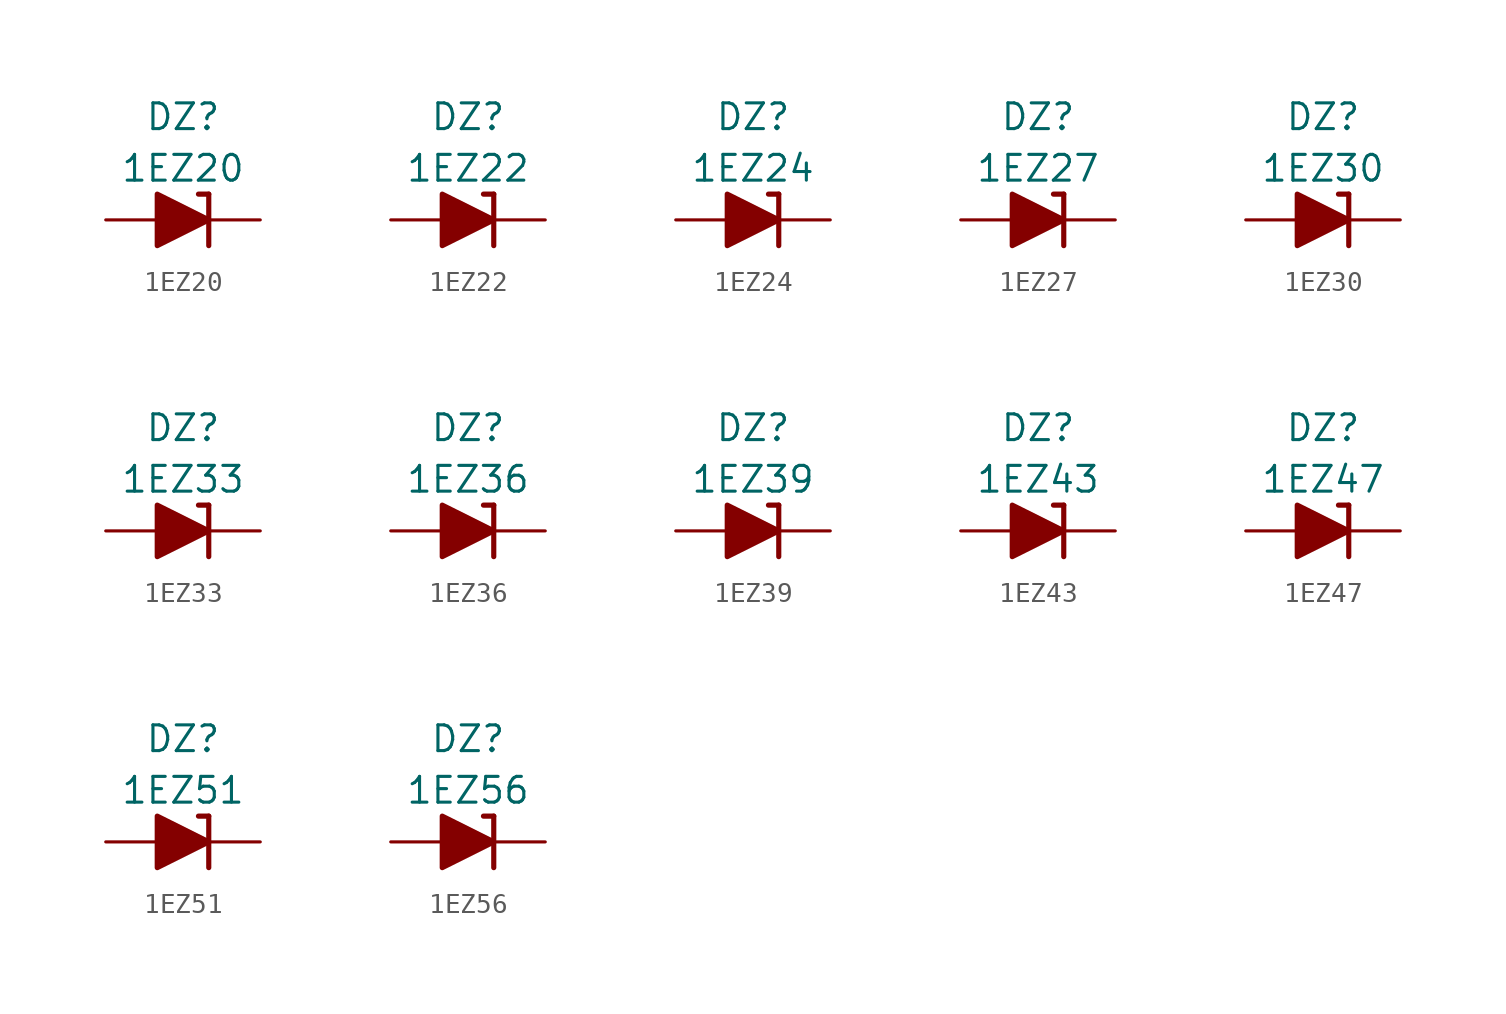
<source format=kicad_sym>
(kicad_symbol_lib
  (version 20211014)
  (generator kicad_symbol_editor)
  (symbol "1EZ20"
    (pin_numbers hide)
    (pin_names
      (offset 1.016) hide)
    (property "Reference" "DZ"
      (at 0 5.08 0)
      (effects (font (size 1.27 1.27))))
    (property "Value" "1EZ20"
      (at 0 2.54 0)
      (effects (font (size 1.27 1.27))))
    (symbol "1EZ20_0_1"
      (polyline (pts (xy -1.27 0) (xy 1.27 0)) (stroke (width 0) (type default) (color 0 0 0 0)) (fill (type none)))
      (polyline (pts (xy 1.27 1.27) (xy 0.762 1.27)) (stroke (width 0.254) (type default) (color 0 0 0 0)) (fill (type none)))
      (polyline (pts (xy 1.27 1.27) (xy 1.27 -1.27)) (stroke (width 0.254) (type default) (color 0 0 0 0)) (fill (type none)))
      (polyline (pts (xy -1.27 -1.27) (xy -1.27 1.27) (xy 1.27 0) (xy -1.27 -1.27)) (stroke (width 0.254) (type default) (color 0 0 0 0)) (fill (type outline))))
    (symbol "1EZ20_1_1"
      (pin passive line (at 3.81 0 180) (length 2.54) (name "K" (effects (font (size 1.27 1.27)))) (number "1" (effects (font (size 1.27 1.27)))))
      (pin passive line (at -3.81 0 0) (length 2.54) (name "A" (effects (font (size 1.27 1.27)))) (number "2" (effects (font (size 1.27 1.27)))))))
  (symbol "1EZ22"
    (pin_numbers hide)
    (pin_names
      (offset 1.016) hide)
    (property "Reference" "DZ"
      (at 0 5.08 0)
      (effects (font (size 1.27 1.27))))
    (property "Value" "1EZ22"
      (at 0 2.54 0)
      (effects (font (size 1.27 1.27))))
    (symbol "1EZ22_0_1"
      (polyline (pts (xy -1.27 0) (xy 1.27 0)) (stroke (width 0) (type default) (color 0 0 0 0)) (fill (type none)))
      (polyline (pts (xy 1.27 1.27) (xy 0.762 1.27)) (stroke (width 0.254) (type default) (color 0 0 0 0)) (fill (type none)))
      (polyline (pts (xy 1.27 1.27) (xy 1.27 -1.27)) (stroke (width 0.254) (type default) (color 0 0 0 0)) (fill (type none)))
      (polyline (pts (xy -1.27 -1.27) (xy -1.27 1.27) (xy 1.27 0) (xy -1.27 -1.27)) (stroke (width 0.254) (type default) (color 0 0 0 0)) (fill (type outline))))
    (symbol "1EZ22_1_1"
      (pin passive line (at 3.81 0 180) (length 2.54) (name "K" (effects (font (size 1.27 1.27)))) (number "1" (effects (font (size 1.27 1.27)))))
      (pin passive line (at -3.81 0 0) (length 2.54) (name "A" (effects (font (size 1.27 1.27)))) (number "2" (effects (font (size 1.27 1.27)))))))
  (symbol "1EZ24"
    (pin_numbers hide)
    (pin_names
      (offset 1.016) hide)
    (property "Reference" "DZ"
      (at 0 5.08 0)
      (effects (font (size 1.27 1.27))))
    (property "Value" "1EZ24"
      (at 0 2.54 0)
      (effects (font (size 1.27 1.27))))
    (symbol "1EZ24_0_1"
      (polyline (pts (xy -1.27 0) (xy 1.27 0)) (stroke (width 0) (type default) (color 0 0 0 0)) (fill (type none)))
      (polyline (pts (xy 1.27 1.27) (xy 0.762 1.27)) (stroke (width 0.254) (type default) (color 0 0 0 0)) (fill (type none)))
      (polyline (pts (xy 1.27 1.27) (xy 1.27 -1.27)) (stroke (width 0.254) (type default) (color 0 0 0 0)) (fill (type none)))
      (polyline (pts (xy -1.27 -1.27) (xy -1.27 1.27) (xy 1.27 0) (xy -1.27 -1.27)) (stroke (width 0.254) (type default) (color 0 0 0 0)) (fill (type outline))))
    (symbol "1EZ24_1_1"
      (pin passive line (at 3.81 0 180) (length 2.54) (name "K" (effects (font (size 1.27 1.27)))) (number "1" (effects (font (size 1.27 1.27)))))
      (pin passive line (at -3.81 0 0) (length 2.54) (name "A" (effects (font (size 1.27 1.27)))) (number "2" (effects (font (size 1.27 1.27)))))))
  (symbol "1EZ27"
    (pin_numbers hide)
    (pin_names
      (offset 1.016) hide)
    (property "Reference" "DZ"
      (at 0 5.08 0)
      (effects (font (size 1.27 1.27))))
    (property "Value" "1EZ27"
      (at 0 2.54 0)
      (effects (font (size 1.27 1.27))))
    (symbol "1EZ27_0_1"
      (polyline (pts (xy -1.27 0) (xy 1.27 0)) (stroke (width 0) (type default) (color 0 0 0 0)) (fill (type none)))
      (polyline (pts (xy 1.27 1.27) (xy 0.762 1.27)) (stroke (width 0.254) (type default) (color 0 0 0 0)) (fill (type none)))
      (polyline (pts (xy 1.27 1.27) (xy 1.27 -1.27)) (stroke (width 0.254) (type default) (color 0 0 0 0)) (fill (type none)))
      (polyline (pts (xy -1.27 -1.27) (xy -1.27 1.27) (xy 1.27 0) (xy -1.27 -1.27)) (stroke (width 0.254) (type default) (color 0 0 0 0)) (fill (type outline))))
    (symbol "1EZ27_1_1"
      (pin passive line (at 3.81 0 180) (length 2.54) (name "K" (effects (font (size 1.27 1.27)))) (number "1" (effects (font (size 1.27 1.27)))))
      (pin passive line (at -3.81 0 0) (length 2.54) (name "A" (effects (font (size 1.27 1.27)))) (number "2" (effects (font (size 1.27 1.27)))))))
  (symbol "1EZ30"
    (pin_numbers hide)
    (pin_names
      (offset 1.016) hide)
    (property "Reference" "DZ"
      (at 0 5.08 0)
      (effects (font (size 1.27 1.27))))
    (property "Value" "1EZ30"
      (at 0 2.54 0)
      (effects (font (size 1.27 1.27))))
    (symbol "1EZ30_0_1"
      (polyline (pts (xy -1.27 0) (xy 1.27 0)) (stroke (width 0) (type default) (color 0 0 0 0)) (fill (type none)))
      (polyline (pts (xy 1.27 1.27) (xy 0.762 1.27)) (stroke (width 0.254) (type default) (color 0 0 0 0)) (fill (type none)))
      (polyline (pts (xy 1.27 1.27) (xy 1.27 -1.27)) (stroke (width 0.254) (type default) (color 0 0 0 0)) (fill (type none)))
      (polyline (pts (xy -1.27 -1.27) (xy -1.27 1.27) (xy 1.27 0) (xy -1.27 -1.27)) (stroke (width 0.254) (type default) (color 0 0 0 0)) (fill (type outline))))
    (symbol "1EZ30_1_1"
      (pin passive line (at 3.81 0 180) (length 2.54) (name "K" (effects (font (size 1.27 1.27)))) (number "1" (effects (font (size 1.27 1.27)))))
      (pin passive line (at -3.81 0 0) (length 2.54) (name "A" (effects (font (size 1.27 1.27)))) (number "2" (effects (font (size 1.27 1.27)))))))
  (symbol "1EZ33"
    (pin_numbers hide)
    (pin_names
      (offset 1.016) hide)
    (property "Reference" "DZ"
      (at 0 5.08 0)
      (effects (font (size 1.27 1.27))))
    (property "Value" "1EZ33"
      (at 0 2.54 0)
      (effects (font (size 1.27 1.27))))
    (symbol "1EZ33_0_1"
      (polyline (pts (xy -1.27 0) (xy 1.27 0)) (stroke (width 0) (type default) (color 0 0 0 0)) (fill (type none)))
      (polyline (pts (xy 1.27 1.27) (xy 0.762 1.27)) (stroke (width 0.254) (type default) (color 0 0 0 0)) (fill (type none)))
      (polyline (pts (xy 1.27 1.27) (xy 1.27 -1.27)) (stroke (width 0.254) (type default) (color 0 0 0 0)) (fill (type none)))
      (polyline (pts (xy -1.27 -1.27) (xy -1.27 1.27) (xy 1.27 0) (xy -1.27 -1.27)) (stroke (width 0.254) (type default) (color 0 0 0 0)) (fill (type outline))))
    (symbol "1EZ33_1_1"
      (pin passive line (at 3.81 0 180) (length 2.54) (name "K" (effects (font (size 1.27 1.27)))) (number "1" (effects (font (size 1.27 1.27)))))
      (pin passive line (at -3.81 0 0) (length 2.54) (name "A" (effects (font (size 1.27 1.27)))) (number "2" (effects (font (size 1.27 1.27)))))))
  (symbol "1EZ36"
    (pin_numbers hide)
    (pin_names
      (offset 1.016) hide)
    (property "Reference" "DZ"
      (at 0 5.08 0)
      (effects (font (size 1.27 1.27))))
    (property "Value" "1EZ36"
      (at 0 2.54 0)
      (effects (font (size 1.27 1.27))))
    (symbol "1EZ36_0_1"
      (polyline (pts (xy -1.27 0) (xy 1.27 0)) (stroke (width 0) (type default) (color 0 0 0 0)) (fill (type none)))
      (polyline (pts (xy 1.27 1.27) (xy 0.762 1.27)) (stroke (width 0.254) (type default) (color 0 0 0 0)) (fill (type none)))
      (polyline (pts (xy 1.27 1.27) (xy 1.27 -1.27)) (stroke (width 0.254) (type default) (color 0 0 0 0)) (fill (type none)))
      (polyline (pts (xy -1.27 -1.27) (xy -1.27 1.27) (xy 1.27 0) (xy -1.27 -1.27)) (stroke (width 0.254) (type default) (color 0 0 0 0)) (fill (type outline))))
    (symbol "1EZ36_1_1"
      (pin passive line (at 3.81 0 180) (length 2.54) (name "K" (effects (font (size 1.27 1.27)))) (number "1" (effects (font (size 1.27 1.27)))))
      (pin passive line (at -3.81 0 0) (length 2.54) (name "A" (effects (font (size 1.27 1.27)))) (number "2" (effects (font (size 1.27 1.27)))))))
  (symbol "1EZ39"
    (pin_numbers hide)
    (pin_names
      (offset 1.016) hide)
    (property "Reference" "DZ"
      (at 0 5.08 0)
      (effects (font (size 1.27 1.27))))
    (property "Value" "1EZ39"
      (at 0 2.54 0)
      (effects (font (size 1.27 1.27))))
    (symbol "1EZ39_0_1"
      (polyline (pts (xy -1.27 0) (xy 1.27 0)) (stroke (width 0) (type default) (color 0 0 0 0)) (fill (type none)))
      (polyline (pts (xy 1.27 1.27) (xy 0.762 1.27)) (stroke (width 0.254) (type default) (color 0 0 0 0)) (fill (type none)))
      (polyline (pts (xy 1.27 1.27) (xy 1.27 -1.27)) (stroke (width 0.254) (type default) (color 0 0 0 0)) (fill (type none)))
      (polyline (pts (xy -1.27 -1.27) (xy -1.27 1.27) (xy 1.27 0) (xy -1.27 -1.27)) (stroke (width 0.254) (type default) (color 0 0 0 0)) (fill (type outline))))
    (symbol "1EZ39_1_1"
      (pin passive line (at 3.81 0 180) (length 2.54) (name "K" (effects (font (size 1.27 1.27)))) (number "1" (effects (font (size 1.27 1.27)))))
      (pin passive line (at -3.81 0 0) (length 2.54) (name "A" (effects (font (size 1.27 1.27)))) (number "2" (effects (font (size 1.27 1.27)))))))
  (symbol "1EZ43"
    (pin_numbers hide)
    (pin_names
      (offset 1.016) hide)
    (property "Reference" "DZ"
      (at 0 5.08 0)
      (effects (font (size 1.27 1.27))))
    (property "Value" "1EZ43"
      (at 0 2.54 0)
      (effects (font (size 1.27 1.27))))
    (symbol "1EZ43_0_1"
      (polyline (pts (xy -1.27 0) (xy 1.27 0)) (stroke (width 0) (type default) (color 0 0 0 0)) (fill (type none)))
      (polyline (pts (xy 1.27 1.27) (xy 0.762 1.27)) (stroke (width 0.254) (type default) (color 0 0 0 0)) (fill (type none)))
      (polyline (pts (xy 1.27 1.27) (xy 1.27 -1.27)) (stroke (width 0.254) (type default) (color 0 0 0 0)) (fill (type none)))
      (polyline (pts (xy -1.27 -1.27) (xy -1.27 1.27) (xy 1.27 0) (xy -1.27 -1.27)) (stroke (width 0.254) (type default) (color 0 0 0 0)) (fill (type outline))))
    (symbol "1EZ43_1_1"
      (pin passive line (at 3.81 0 180) (length 2.54) (name "K" (effects (font (size 1.27 1.27)))) (number "1" (effects (font (size 1.27 1.27)))))
      (pin passive line (at -3.81 0 0) (length 2.54) (name "A" (effects (font (size 1.27 1.27)))) (number "2" (effects (font (size 1.27 1.27)))))))
  (symbol "1EZ47"
    (pin_numbers hide)
    (pin_names
      (offset 1.016) hide)
    (property "Reference" "DZ"
      (at 0 5.08 0)
      (effects (font (size 1.27 1.27))))
    (property "Value" "1EZ47"
      (at 0 2.54 0)
      (effects (font (size 1.27 1.27))))
    (symbol "1EZ47_0_1"
      (polyline (pts (xy -1.27 0) (xy 1.27 0)) (stroke (width 0) (type default) (color 0 0 0 0)) (fill (type none)))
      (polyline (pts (xy 1.27 1.27) (xy 0.762 1.27)) (stroke (width 0.254) (type default) (color 0 0 0 0)) (fill (type none)))
      (polyline (pts (xy 1.27 1.27) (xy 1.27 -1.27)) (stroke (width 0.254) (type default) (color 0 0 0 0)) (fill (type none)))
      (polyline (pts (xy -1.27 -1.27) (xy -1.27 1.27) (xy 1.27 0) (xy -1.27 -1.27)) (stroke (width 0.254) (type default) (color 0 0 0 0)) (fill (type outline))))
    (symbol "1EZ47_1_1"
      (pin passive line (at 3.81 0 180) (length 2.54) (name "K" (effects (font (size 1.27 1.27)))) (number "1" (effects (font (size 1.27 1.27)))))
      (pin passive line (at -3.81 0 0) (length 2.54) (name "A" (effects (font (size 1.27 1.27)))) (number "2" (effects (font (size 1.27 1.27)))))))
  (symbol "1EZ51"
    (pin_numbers hide)
    (pin_names
      (offset 1.016) hide)
    (property "Reference" "DZ"
      (at 0 5.08 0)
      (effects (font (size 1.27 1.27))))
    (property "Value" "1EZ51"
      (at 0 2.54 0)
      (effects (font (size 1.27 1.27))))
    (symbol "1EZ51_0_1"
      (polyline (pts (xy -1.27 0) (xy 1.27 0)) (stroke (width 0) (type default) (color 0 0 0 0)) (fill (type none)))
      (polyline (pts (xy 1.27 1.27) (xy 0.762 1.27)) (stroke (width 0.254) (type default) (color 0 0 0 0)) (fill (type none)))
      (polyline (pts (xy 1.27 1.27) (xy 1.27 -1.27)) (stroke (width 0.254) (type default) (color 0 0 0 0)) (fill (type none)))
      (polyline (pts (xy -1.27 -1.27) (xy -1.27 1.27) (xy 1.27 0) (xy -1.27 -1.27)) (stroke (width 0.254) (type default) (color 0 0 0 0)) (fill (type outline))))
    (symbol "1EZ51_1_1"
      (pin passive line (at 3.81 0 180) (length 2.54) (name "K" (effects (font (size 1.27 1.27)))) (number "1" (effects (font (size 1.27 1.27)))))
      (pin passive line (at -3.81 0 0) (length 2.54) (name "A" (effects (font (size 1.27 1.27)))) (number "2" (effects (font (size 1.27 1.27)))))))
  (symbol "1EZ56"
    (pin_numbers hide)
    (pin_names
      (offset 1.016) hide)
    (property "Reference" "DZ"
      (at 0 5.08 0)
      (effects (font (size 1.27 1.27))))
    (property "Value" "1EZ56"
      (at 0 2.54 0)
      (effects (font (size 1.27 1.27))))
    (symbol "1EZ56_0_1"
      (polyline (pts (xy -1.27 0) (xy 1.27 0)) (stroke (width 0) (type default) (color 0 0 0 0)) (fill (type none)))
      (polyline (pts (xy 1.27 1.27) (xy 0.762 1.27)) (stroke (width 0.254) (type default) (color 0 0 0 0)) (fill (type none)))
      (polyline (pts (xy 1.27 1.27) (xy 1.27 -1.27)) (stroke (width 0.254) (type default) (color 0 0 0 0)) (fill (type none)))
      (polyline (pts (xy -1.27 -1.27) (xy -1.27 1.27) (xy 1.27 0) (xy -1.27 -1.27)) (stroke (width 0.254) (type default) (color 0 0 0 0)) (fill (type outline))))
    (symbol "1EZ56_1_1"
      (pin passive line (at 3.81 0 180) (length 2.54) (name "K" (effects (font (size 1.27 1.27)))) (number "1" (effects (font (size 1.27 1.27)))))
      (pin passive line (at -3.81 0 0) (length 2.54) (name "A" (effects (font (size 1.27 1.27)))) (number "2" (effects (font (size 1.27 1.27))))))))
</source>
